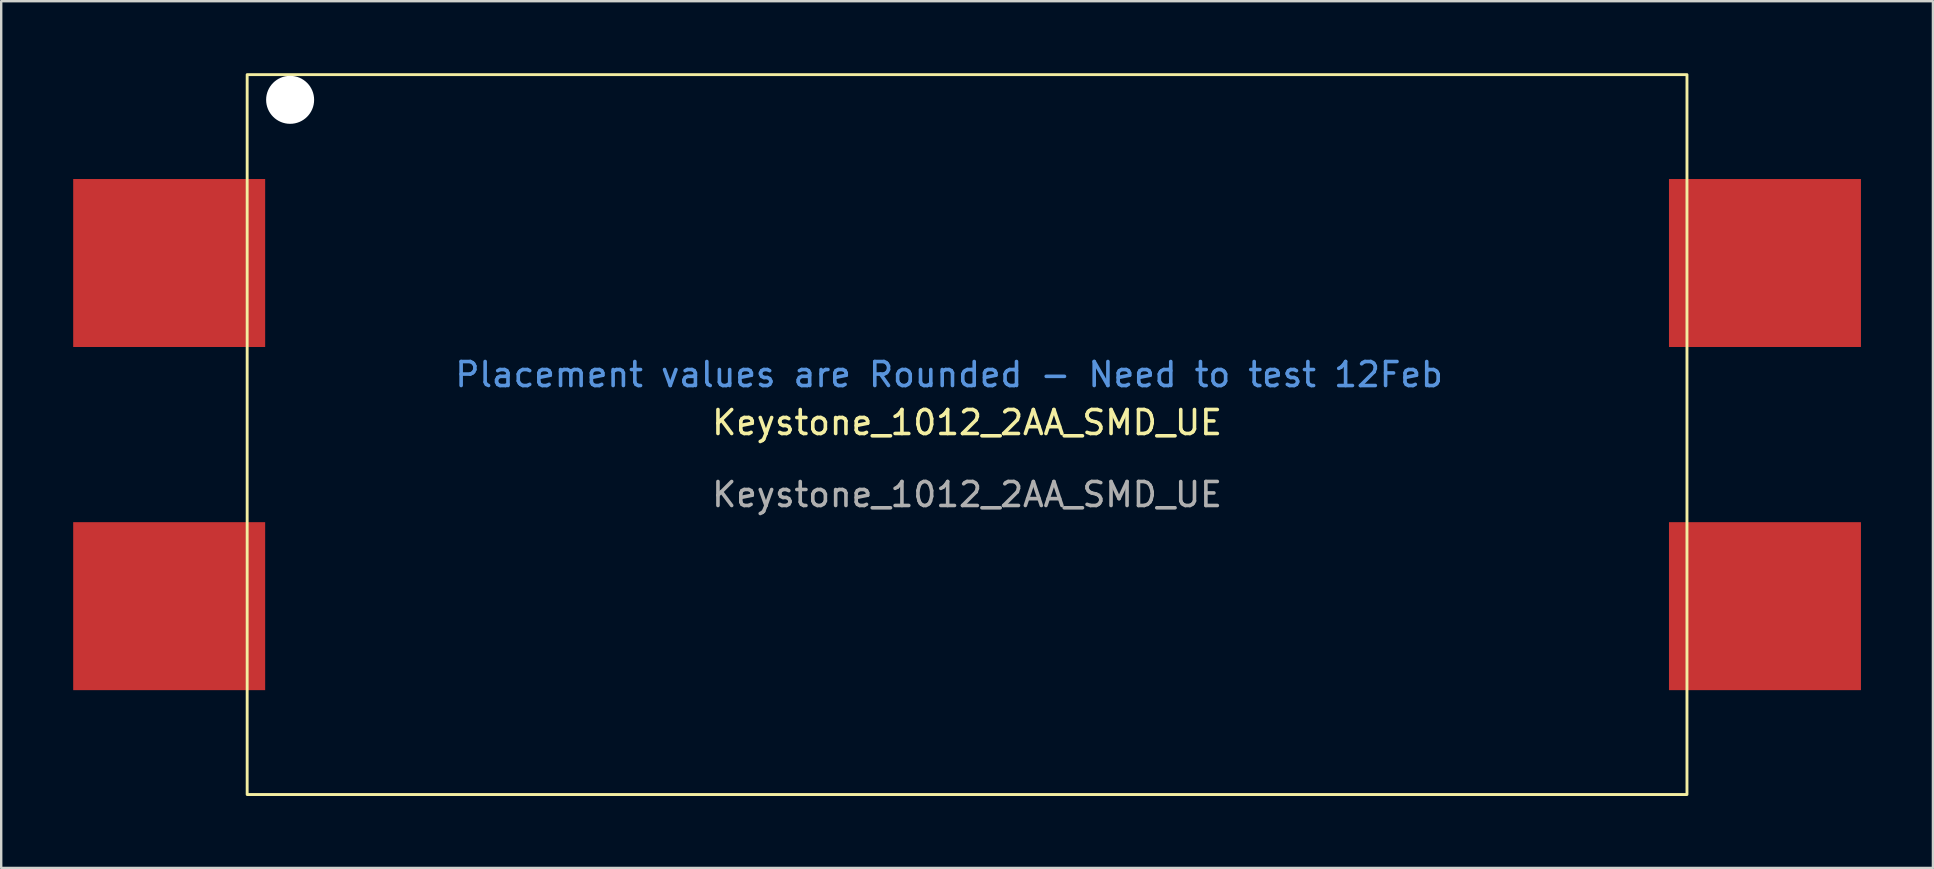
<source format=kicad_pcb>
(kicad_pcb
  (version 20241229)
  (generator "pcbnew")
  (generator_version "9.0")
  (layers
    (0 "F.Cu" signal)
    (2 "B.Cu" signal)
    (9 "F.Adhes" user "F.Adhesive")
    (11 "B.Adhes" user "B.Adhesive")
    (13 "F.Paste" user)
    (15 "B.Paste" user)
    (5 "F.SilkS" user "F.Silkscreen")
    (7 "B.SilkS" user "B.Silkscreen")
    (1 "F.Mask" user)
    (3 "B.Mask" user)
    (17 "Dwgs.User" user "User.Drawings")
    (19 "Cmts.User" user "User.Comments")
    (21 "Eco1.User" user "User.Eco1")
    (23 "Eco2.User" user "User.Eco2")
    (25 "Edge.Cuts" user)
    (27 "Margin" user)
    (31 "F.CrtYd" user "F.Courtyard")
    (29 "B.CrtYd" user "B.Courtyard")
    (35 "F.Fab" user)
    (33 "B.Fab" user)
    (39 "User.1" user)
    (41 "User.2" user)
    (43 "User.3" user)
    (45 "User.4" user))
  (footprint "Keystone_1012_2AA_SMD_UE"
    (layer "F.Cu")
    (at 37.25 15.06)
    (property "Reference" "Keystone_1012_2AA_SMD_UE" (at 0 -0.5 0) (unlocked yes) (layer "F.SilkS") (effects (font (size 1 1) (thickness 0.15))))
    (attr smd)
    (fp_rect (start -30 -15) (end 30 15) (stroke (width 0.12) (type solid)) (fill no) (layer "F.SilkS"))
    (fp_text user "Placement values are Rounded - Need to test 12Feb" (at -0.75 -2.5 0) (unlocked yes) (layer "Cmts.User") (effects (font (size 1 1) (thickness 0.15))))
    (fp_text user "${REFERENCE}" (at 0 2.5 0) (unlocked yes) (layer "F.Fab") (effects (font (size 1 1) (thickness 0.15))))
    (pad "" np_thru_hole circle (at -28.21 -13.95) (size 2 2) (drill 2) (layers "*.Cu" "*.Mask"))
    (pad "1" smd rect (at 33.25 -7.15) (size 8 7) (layers "F.Cu" "F.Mask" "F.Paste"))
    (pad "2" smd rect (at 33.25 7.15) (size 8 7) (layers "F.Cu" "F.Mask" "F.Paste"))
    (pad "3" smd rect (at -33.25 -7.15) (size 8 7) (layers "F.Cu" "F.Mask" "F.Paste"))
    (pad "3" smd rect (at -33.25 7.15) (size 8 7) (layers "F.Cu" "F.Mask" "F.Paste")))
  (gr_rect
    (start -3 -3)
    (end 77.5 33.12)
    (stroke (width 0.1) (type default))
    (fill no)
    (layer "Edge.Cuts")))
</source>
